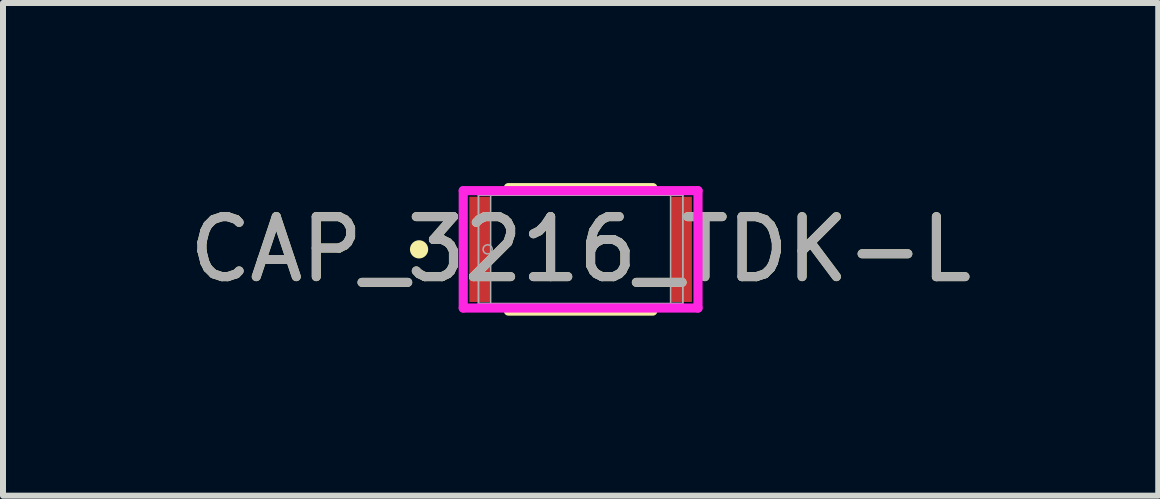
<source format=kicad_pcb>
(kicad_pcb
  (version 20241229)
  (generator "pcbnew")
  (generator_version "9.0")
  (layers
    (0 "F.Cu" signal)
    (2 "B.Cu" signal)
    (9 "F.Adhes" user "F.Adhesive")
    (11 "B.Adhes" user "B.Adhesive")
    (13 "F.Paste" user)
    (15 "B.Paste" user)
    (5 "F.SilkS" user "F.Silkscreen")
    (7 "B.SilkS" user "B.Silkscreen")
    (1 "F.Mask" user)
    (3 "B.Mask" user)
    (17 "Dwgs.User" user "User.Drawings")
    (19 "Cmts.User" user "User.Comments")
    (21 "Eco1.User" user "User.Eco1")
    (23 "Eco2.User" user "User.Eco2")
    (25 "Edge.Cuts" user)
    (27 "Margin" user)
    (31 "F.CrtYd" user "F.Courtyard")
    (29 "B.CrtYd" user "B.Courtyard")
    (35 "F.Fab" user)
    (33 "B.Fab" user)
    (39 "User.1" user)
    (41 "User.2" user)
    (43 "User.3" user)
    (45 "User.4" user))
  (footprint "CAP_3216_TDK-L"
    (layer "F.Cu")
    (at 6.625 1.105)
    (property "Reference" "CAP_3216_TDK-L" (at 0 0 0) (unlocked yes) (layer "F.SilkS") (effects (font (size 1 1) (thickness 0.15))))
    (attr smd)
    (fp_line (start -1.203 1.029) (end 1.203 1.029) (stroke (width 0.152) (type solid)) (layer "F.SilkS"))
    (fp_line (start 1.203 -1.029) (end -1.203 -1.029) (stroke (width 0.152) (type solid)) (layer "F.SilkS"))
    (fp_circle (center -2.692 0) (end -2.616 0) (stroke (width 0.152) (type solid)) (fill no) (layer "F.SilkS"))
    (fp_line (start -1.956 -0.978) (end 1.956 -0.978) (stroke (width 0.152) (type solid)) (layer "F.CrtYd"))
    (fp_line (start -1.956 0.978) (end -1.956 -0.978) (stroke (width 0.152) (type solid)) (layer "F.CrtYd"))
    (fp_line (start 1.956 -0.978) (end 1.956 0.978) (stroke (width 0.152) (type solid)) (layer "F.CrtYd"))
    (fp_line (start 1.956 0.978) (end -1.956 0.978) (stroke (width 0.152) (type solid)) (layer "F.CrtYd"))
    (fp_line (start -1.702 -0.902) (end -1.702 0.902) (stroke (width 0.025) (type solid)) (layer "F.Fab"))
    (fp_line (start -1.702 -0.902) (end -1.702 0.902) (stroke (width 0.025) (type solid)) (layer "F.Fab"))
    (fp_line (start -1.702 0.902) (end -1.499 0.902) (stroke (width 0.025) (type solid)) (layer "F.Fab"))
    (fp_line (start -1.702 0.902) (end 1.702 0.902) (stroke (width 0.025) (type solid)) (layer "F.Fab"))
    (fp_line (start -1.499 -0.902) (end -1.702 -0.902) (stroke (width 0.025) (type solid)) (layer "F.Fab"))
    (fp_line (start -1.499 0.902) (end -1.499 -0.902) (stroke (width 0.025) (type solid)) (layer "F.Fab"))
    (fp_line (start 1.499 -0.902) (end 1.499 0.902) (stroke (width 0.025) (type solid)) (layer "F.Fab"))
    (fp_line (start 1.499 0.902) (end 1.702 0.902) (stroke (width 0.025) (type solid)) (layer "F.Fab"))
    (fp_line (start 1.702 -0.902) (end -1.702 -0.902) (stroke (width 0.025) (type solid)) (layer "F.Fab"))
    (fp_line (start 1.702 -0.902) (end 1.499 -0.902) (stroke (width 0.025) (type solid)) (layer "F.Fab"))
    (fp_line (start 1.702 0.902) (end 1.702 -0.902) (stroke (width 0.025) (type solid)) (layer "F.Fab"))
    (fp_line (start 1.702 0.902) (end 1.702 -0.902) (stroke (width 0.025) (type solid)) (layer "F.Fab"))
    (fp_circle (center -1.549 0) (end -1.473 0) (stroke (width 0.025) (type solid)) (fill no) (layer "F.Fab"))
    (fp_text user "${REFERENCE}" (at 0 0 0) (unlocked yes) (layer "F.Fab") (effects (font (size 1 1) (thickness 0.15))))
    (pad "1" smd rect (at -1.676 0) (size 0.356 1.753) (layers "F.Cu" "F.Mask" "F.Paste"))
    (pad "2" smd rect (at 1.676 0) (size 0.356 1.753) (layers "F.Cu" "F.Mask" "F.Paste"))
    (zone (net_name "") (layer "F.Cu") (hatch full 0.508) (connect_pads) (min_thickness 0.254) (filled_areas_thickness no) (keepout (tracks not_allowed) (vias not_allowed) (pads allowed) (copperpour not_allowed) (footprints allowed)) (placement (enabled no)) (fill) (polygon (pts (xy 5.177 0.254) (xy 8.073 0.254) (xy 8.073 1.956) (xy 5.177 1.956)))))
  (gr_rect
    (start -3 -3)
    (end 16.25 5.21)
    (stroke (width 0.1) (type default))
    (fill no)
    (layer "Edge.Cuts")))
</source>
